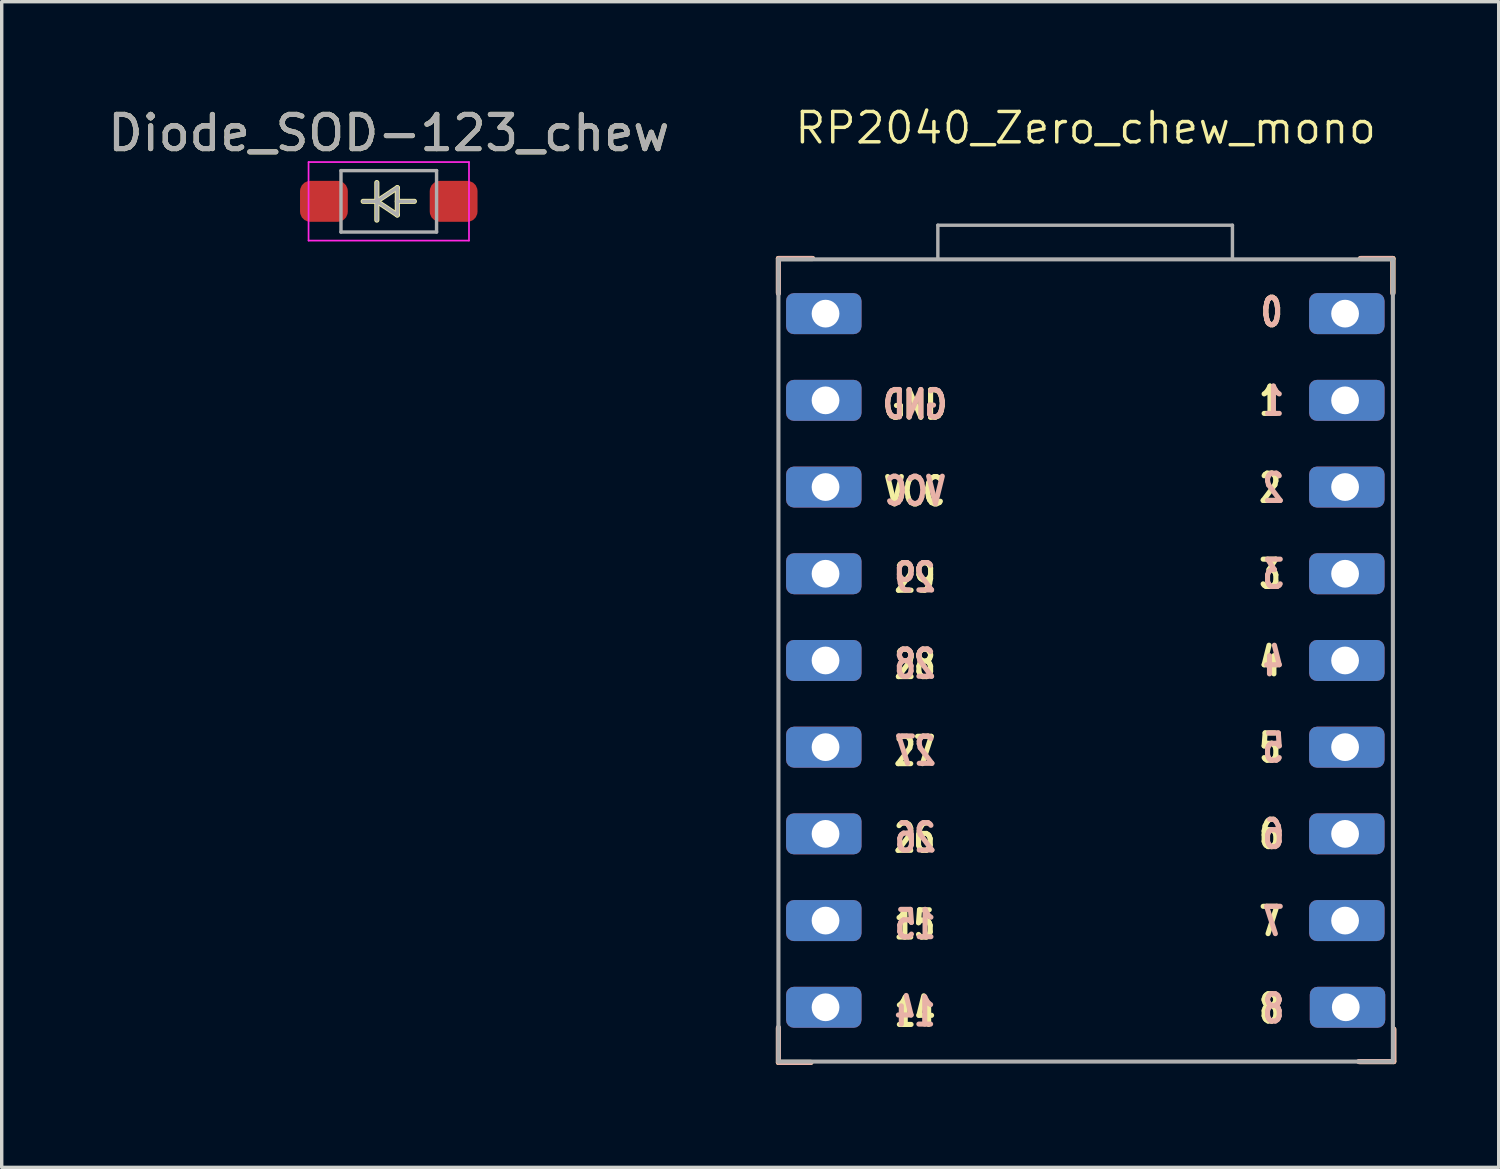
<source format=kicad_pcb>
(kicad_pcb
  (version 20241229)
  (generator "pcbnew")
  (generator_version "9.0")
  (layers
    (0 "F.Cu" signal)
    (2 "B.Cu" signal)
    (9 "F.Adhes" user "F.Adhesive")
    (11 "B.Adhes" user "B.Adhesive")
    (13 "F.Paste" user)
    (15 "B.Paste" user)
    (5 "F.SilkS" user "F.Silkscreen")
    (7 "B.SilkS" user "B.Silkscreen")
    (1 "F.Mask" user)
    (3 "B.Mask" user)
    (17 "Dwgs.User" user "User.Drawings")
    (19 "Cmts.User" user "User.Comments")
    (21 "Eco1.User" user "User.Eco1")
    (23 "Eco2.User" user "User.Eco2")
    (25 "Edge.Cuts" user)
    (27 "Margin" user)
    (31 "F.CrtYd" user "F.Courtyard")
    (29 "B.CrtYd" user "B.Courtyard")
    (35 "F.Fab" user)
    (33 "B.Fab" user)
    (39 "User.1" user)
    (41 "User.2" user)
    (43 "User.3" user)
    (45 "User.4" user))
  (footprint "RP2040_Zero_chew_mono"
    (layer "F.Cu")
    (at 28.754 16.298)
    (property "Reference" "RP2040_Zero_chew_mono" (at 0 -15.6 0) (layer "F.SilkS") (effects (font (size 0.889 0.889) (thickness 0.102))))
    (attr through_hole exclude_from_pos_files)
    (fp_line (start -9 -11.775) (end -9 -10.775) (stroke (width 0.15) (type solid)) (layer "F.SilkS"))
    (fp_line (start -9 -11.775) (end -8 -11.775) (stroke (width 0.15) (type solid)) (layer "F.SilkS"))
    (fp_line (start -9 11.775) (end -9 10.775) (stroke (width 0.15) (type solid)) (layer "F.SilkS"))
    (fp_line (start -9 11.775) (end -8.05 11.775) (stroke (width 0.15) (type solid)) (layer "F.SilkS"))
    (fp_line (start 9 -11.775) (end 8.05 -11.775) (stroke (width 0.15) (type solid)) (layer "F.SilkS"))
    (fp_line (start 9 -11.775) (end 9 -10.775) (stroke (width 0.15) (type solid)) (layer "F.SilkS"))
    (fp_line (start 9.025 11.75) (end 8.025 11.75) (stroke (width 0.15) (type solid)) (layer "F.SilkS"))
    (fp_line (start 9.025 11.75) (end 9.025 10.8) (stroke (width 0.15) (type solid)) (layer "F.SilkS"))
    (fp_line (start -9 -11.775) (end -8 -11.775) (stroke (width 0.15) (type solid)) (layer "B.SilkS"))
    (fp_line (start -9 -11.75) (end -9 -10.75) (stroke (width 0.15) (type solid)) (layer "B.SilkS"))
    (fp_line (start -9 11.75) (end -9 10.75) (stroke (width 0.15) (type solid)) (layer "B.SilkS"))
    (fp_line (start -9 11.775) (end -8.05 11.775) (stroke (width 0.15) (type solid)) (layer "B.SilkS"))
    (fp_line (start 9 -11.775) (end 8.05 -11.775) (stroke (width 0.15) (type solid)) (layer "B.SilkS"))
    (fp_line (start 9 -11.75) (end 9 -10.75) (stroke (width 0.15) (type solid)) (layer "B.SilkS"))
    (fp_line (start 9 11.75) (end 8 11.75) (stroke (width 0.15) (type solid)) (layer "B.SilkS"))
    (fp_line (start 9.025 11.75) (end 9.025 10.8) (stroke (width 0.15) (type solid)) (layer "B.SilkS"))
    (fp_line (start -9 -11.75) (end -9 11.75) (stroke (width 0.12) (type solid)) (layer "F.Fab"))
    (fp_line (start -9 11.75) (end 9 11.75) (stroke (width 0.12) (type solid)) (layer "F.Fab"))
    (fp_line (start -4.33 -12.75) (end -4.33 -11.75) (stroke (width 0.1) (type solid)) (layer "F.Fab"))
    (fp_line (start -4.33 -12.75) (end 4.3 -12.75) (stroke (width 0.1) (type solid)) (layer "F.Fab"))
    (fp_line (start 4.3 -12.75) (end 4.3 -11.75) (stroke (width 0.1) (type solid)) (layer "F.Fab"))
    (fp_line (start 9 -11.75) (end -9 -11.75) (stroke (width 0.12) (type solid)) (layer "F.Fab"))
    (fp_line (start 9 11.75) (end 9 -11.75) (stroke (width 0.12) (type solid)) (layer "F.Fab"))
    (fp_text user "2" (at 5.4 -5.05 0) (layer "F.SilkS") (effects (font (size 0.8 0.6) (thickness 0.15) (bold yes))))
    (fp_text user "7" (at 5.4 7.64 0) (layer "F.SilkS") (effects (font (size 0.8 0.6) (thickness 0.15) (bold yes))))
    (fp_text user "3" (at 5.4 -2.53 0) (layer "F.SilkS") (effects (font (size 0.8 0.6) (thickness 0.15) (bold yes))))
    (fp_text user "29" (at -5 -2.42 0) (layer "F.SilkS") (effects (font (size 0.8 0.6) (thickness 0.15) (bold yes))))
    (fp_text user "VCC" (at -5 -4.95 0) (layer "F.SilkS") (effects (font (size 0.8 0.6) (thickness 0.15) (bold yes))))
    (fp_text user "28" (at -5 0.11 0) (layer "F.SilkS") (effects (font (size 0.8 0.6) (thickness 0.15) (bold yes))))
    (fp_text user "6" (at 5.4 5.09 0) (layer "F.SilkS") (effects (font (size 0.8 0.6) (thickness 0.15) (bold yes))))
    (fp_text user "14" (at -5 10.3 0) (layer "F.SilkS") (effects (font (size 0.8 0.6) (thickness 0.15) (bold yes))))
    (fp_text user "5" (at 5.4 2.56 0) (layer "F.SilkS") (effects (font (size 0.8 0.6) (thickness 0.15) (bold yes))))
    (fp_text user "GND" (at -5 -7.49 0) (layer "F.SilkS") (effects (font (size 0.8 0.6) (thickness 0.15) (bold yes))))
    (fp_text user "8" (at 5.4 10.2 0) (layer "F.SilkS") (effects (font (size 0.8 0.6) (thickness 0.15) (bold yes))))
    (fp_text user "0" (at 5.45 -10.2 0) (layer "F.SilkS") (effects (font (size 0.8 0.6) (thickness 0.15) (bold yes))))
    (fp_text user "27" (at -5.01 2.66 0) (layer "F.SilkS") (effects (font (size 0.8 0.6) (thickness 0.15) (bold yes))))
    (fp_text user "1" (at 5.4 -7.6 0) (layer "F.SilkS") (effects (font (size 0.8 0.6) (thickness 0.15) (bold yes))))
    (fp_text user "26" (at -5.01 5.2 0) (layer "F.SilkS") (effects (font (size 0.8 0.6) (thickness 0.15) (bold yes))))
    (fp_text user "4" (at 5.4 0.03 0) (layer "F.SilkS") (effects (font (size 0.8 0.6) (thickness 0.15) (bold yes))))
    (fp_text user "15" (at -5.01 7.74 0) (layer "F.SilkS") (effects (font (size 0.8 0.6) (thickness 0.15) (bold yes))))
    (fp_text user "3" (at 5.5 -2.53 0) (layer "B.SilkS") (effects (font (size 0.8 0.6) (thickness 0.15) (bold yes)) (justify mirror)))
    (fp_text user "VCC" (at -5 -4.96 0) (layer "B.SilkS") (effects (font (size 0.8 0.6) (thickness 0.15) (bold yes)) (justify mirror)))
    (fp_text user "5" (at 5.5 2.56 0) (layer "B.SilkS") (effects (font (size 0.8 0.6) (thickness 0.15) (bold yes)) (justify mirror)))
    (fp_text user "28" (at -5 0.1 0) (layer "B.SilkS") (effects (font (size 0.8 0.6) (thickness 0.15) (bold yes)) (justify mirror)))
    (fp_text user "4" (at 5.5 0.03 0) (layer "B.SilkS") (effects (font (size 0.8 0.6) (thickness 0.15) (bold yes)) (justify mirror)))
    (fp_text user "14" (at -5 10.29 0) (layer "B.SilkS") (effects (font (size 0.8 0.6) (thickness 0.15) (bold yes)) (justify mirror)))
    (fp_text user "27" (at -4.99 2.65 0) (layer "B.SilkS") (effects (font (size 0.8 0.6) (thickness 0.15) (bold yes)) (justify mirror)))
    (fp_text user "1" (at 5.5 -7.6 0) (layer "B.SilkS") (effects (font (size 0.8 0.6) (thickness 0.15) (bold yes)) (justify mirror)))
    (fp_text user "8" (at 5.5 10.2 0) (layer "B.SilkS") (effects (font (size 0.8 0.6) (thickness 0.15) (bold yes)) (justify mirror)))
    (fp_text user "26" (at -4.99 5.19 0) (layer "B.SilkS") (effects (font (size 0.8 0.6) (thickness 0.15) (bold yes)) (justify mirror)))
    (fp_text user "15" (at -4.99 7.73 0) (layer "B.SilkS") (effects (font (size 0.8 0.6) (thickness 0.15) (bold yes)) (justify mirror)))
    (fp_text user "7" (at 5.5 7.64 0) (layer "B.SilkS") (effects (font (size 0.8 0.6) (thickness 0.15) (bold yes)) (justify mirror)))
    (fp_text user "2" (at 5.5 -5.05 0) (layer "B.SilkS") (effects (font (size 0.8 0.6) (thickness 0.15) (bold yes)) (justify mirror)))
    (fp_text user "0" (at 5.45 -10.2 0) (layer "B.SilkS") (effects (font (size 0.8 0.6) (thickness 0.15) (bold yes)) (justify mirror)))
    (fp_text user "29" (at -5 -2.43 0) (layer "B.SilkS") (effects (font (size 0.8 0.6) (thickness 0.15) (bold yes)) (justify mirror)))
    (fp_text user "GND" (at -5 -7.5 0) (layer "B.SilkS") (effects (font (size 0.8 0.6) (thickness 0.15) (bold yes)) (justify mirror)))
    (fp_text user "6" (at 5.5 5.09 0) (layer "B.SilkS") (effects (font (size 0.8 0.6) (thickness 0.15) (bold yes)) (justify mirror)))
    (pad "1" thru_hole roundrect (at 7.6 -10.16) (size 2.21 1.2) (drill 0.813 (offset 0.051 0)) (layers "*.Cu" "*.Mask") (roundrect_rratio 0.191))
    (pad "2" thru_hole roundrect (at 7.6 -7.62) (size 2.21 1.2) (drill 0.813 (offset 0.051 0)) (layers "*.Cu" "*.Mask") (roundrect_rratio 0.191))
    (pad "3" thru_hole roundrect (at 7.6 -5.08) (size 2.21 1.2) (drill 0.813 (offset 0.051 0)) (layers "*.Cu" "*.Mask") (roundrect_rratio 0.191))
    (pad "4" thru_hole roundrect (at 7.6 -2.54) (size 2.21 1.2) (drill 0.813 (offset 0.051 0)) (layers "*.Cu" "*.Mask") (roundrect_rratio 0.191))
    (pad "5" thru_hole roundrect (at 7.6 0.000004) (size 2.21 1.2) (drill 0.813 (offset 0.051 0)) (layers "*.Cu" "*.Mask") (roundrect_rratio 0.191))
    (pad "6" thru_hole roundrect (at 7.6 2.54) (size 2.21 1.2) (drill 0.813 (offset 0.051 0)) (layers "*.Cu" "*.Mask") (roundrect_rratio 0.191))
    (pad "7" thru_hole roundrect (at 7.6 5.08) (size 2.21 1.2) (drill 0.813 (offset 0.051 0)) (layers "*.Cu" "*.Mask") (roundrect_rratio 0.191))
    (pad "8" thru_hole roundrect (at 7.6 7.62) (size 2.21 1.2) (drill 0.813 (offset 0.051 0)) (layers "*.Cu" "*.Mask") (roundrect_rratio 0.191))
    (pad "9" thru_hole roundrect (at 7.62 10.16) (size 2.21 1.2) (drill 0.813 (offset 0.051 0)) (layers "*.Cu" "*.Mask") (roundrect_rratio 0.191))
    (pad "15" thru_hole roundrect (at -7.62 10.16) (size 2.21 1.2) (drill 0.813 (offset -0.051 0)) (layers "*.Cu" "*.Mask") (roundrect_rratio 0.191))
    (pad "16" thru_hole roundrect (at -7.62 7.62) (size 2.21 1.2) (drill 0.813 (offset -0.051 0)) (layers "*.Cu" "*.Mask") (roundrect_rratio 0.191))
    (pad "17" thru_hole roundrect (at -7.62 5.08) (size 2.21 1.2) (drill 0.813 (offset -0.051 0)) (layers "*.Cu" "*.Mask") (roundrect_rratio 0.191))
    (pad "18" thru_hole roundrect (at -7.62 2.54) (size 2.21 1.2) (drill 0.813 (offset -0.051 0)) (layers "*.Cu" "*.Mask") (roundrect_rratio 0.191))
    (pad "19" thru_hole roundrect (at -7.62 -0.000001) (size 2.21 1.2) (drill 0.813 (offset -0.051 0)) (layers "*.Cu" "*.Mask") (roundrect_rratio 0.191))
    (pad "20" thru_hole roundrect (at -7.62 -2.54) (size 2.21 1.2) (drill 0.813 (offset -0.051 0)) (layers "*.Cu" "*.Mask") (roundrect_rratio 0.191))
    (pad "21" thru_hole roundrect (at -7.62 -5.08) (size 2.21 1.2) (drill 0.813 (offset -0.051 0)) (layers "*.Cu" "*.Mask") (roundrect_rratio 0.191))
    (pad "22" thru_hole roundrect (at -7.62 -7.62) (size 2.21 1.2) (drill 0.813 (offset -0.051 0)) (layers "*.Cu" "*.Mask") (roundrect_rratio 0.191))
    (pad "23" thru_hole roundrect (at -7.62 -10.16) (size 2.21 1.2) (drill 0.813 (offset -0.051 0)) (layers "*.Cu" "*.Mask") (roundrect_rratio 0.191)))
  (footprint "Diode_SOD-123_chew"
    (layer "F.Cu")
    (at 8.339 2.848)
    (property "Reference" "Diode_SOD-123_chew" (at 0 -2 0) (layer "F.SilkS") (effects (font (size 1 1) (thickness 0.15))))
    (attr smd)
    (fp_line (start -0.75 0) (end -0.35 0) (stroke (width 0.15) (type solid)) (layer "F.SilkS"))
    (fp_line (start -0.35 0) (end -0.35 -0.55) (stroke (width 0.15) (type solid)) (layer "F.SilkS"))
    (fp_line (start -0.35 0) (end -0.35 0.55) (stroke (width 0.15) (type solid)) (layer "F.SilkS"))
    (fp_line (start -0.35 0) (end 0.25 -0.4) (stroke (width 0.15) (type solid)) (layer "F.SilkS"))
    (fp_line (start 0.25 -0.4) (end 0.25 0.4) (stroke (width 0.15) (type solid)) (layer "F.SilkS"))
    (fp_line (start 0.25 0) (end 0.75 0) (stroke (width 0.15) (type solid)) (layer "F.SilkS"))
    (fp_line (start 0.25 0.4) (end -0.35 0) (stroke (width 0.15) (type solid)) (layer "F.SilkS"))
    (fp_line (start -2.35 -1.15) (end -2.35 1.15) (stroke (width 0.05) (type solid)) (layer "F.CrtYd"))
    (fp_line (start -2.35 -1.15) (end 2.35 -1.15) (stroke (width 0.05) (type solid)) (layer "F.CrtYd"))
    (fp_line (start 2.35 -1.15) (end 2.35 1.15) (stroke (width 0.05) (type solid)) (layer "F.CrtYd"))
    (fp_line (start 2.35 1.15) (end -2.35 1.15) (stroke (width 0.05) (type solid)) (layer "F.CrtYd"))
    (fp_line (start -1.4 -0.9) (end 1.4 -0.9) (stroke (width 0.1) (type solid)) (layer "F.Fab"))
    (fp_line (start -1.4 0.9) (end -1.4 -0.9) (stroke (width 0.1) (type solid)) (layer "F.Fab"))
    (fp_line (start -0.75 0) (end -0.35 0) (stroke (width 0.1) (type solid)) (layer "F.Fab"))
    (fp_line (start -0.35 0) (end -0.35 -0.55) (stroke (width 0.1) (type solid)) (layer "F.Fab"))
    (fp_line (start -0.35 0) (end -0.35 0.55) (stroke (width 0.1) (type solid)) (layer "F.Fab"))
    (fp_line (start -0.35 0) (end 0.25 -0.4) (stroke (width 0.1) (type solid)) (layer "F.Fab"))
    (fp_line (start 0.25 -0.4) (end 0.25 0.4) (stroke (width 0.1) (type solid)) (layer "F.Fab"))
    (fp_line (start 0.25 0) (end 0.75 0) (stroke (width 0.1) (type solid)) (layer "F.Fab"))
    (fp_line (start 0.25 0.4) (end -0.35 0) (stroke (width 0.1) (type solid)) (layer "F.Fab"))
    (fp_line (start 1.4 -0.9) (end 1.4 0.9) (stroke (width 0.1) (type solid)) (layer "F.Fab"))
    (fp_line (start 1.4 0.9) (end -1.4 0.9) (stroke (width 0.1) (type solid)) (layer "F.Fab"))
    (fp_text user "${REFERENCE}" (at 0 -2 0) (layer "F.Fab") (effects (font (size 1 1) (thickness 0.15))))
    (pad "1" smd roundrect (at -1.65 0) (size 1.4 1.2) (drill (offset -0.25 0)) (layers "F.Cu" "F.Mask" "F.Paste") (roundrect_rratio 0.25))
    (pad "2" smd roundrect (at 1.65 0) (size 1.4 1.2) (drill (offset 0.25 0)) (layers "F.Cu" "F.Mask" "F.Paste") (roundrect_rratio 0.25)))
  (gr_rect
    (start -3 -3)
    (end 40.854 31.148)
    (stroke (width 0.1) (type default))
    (fill no)
    (layer "Edge.Cuts")))
</source>
